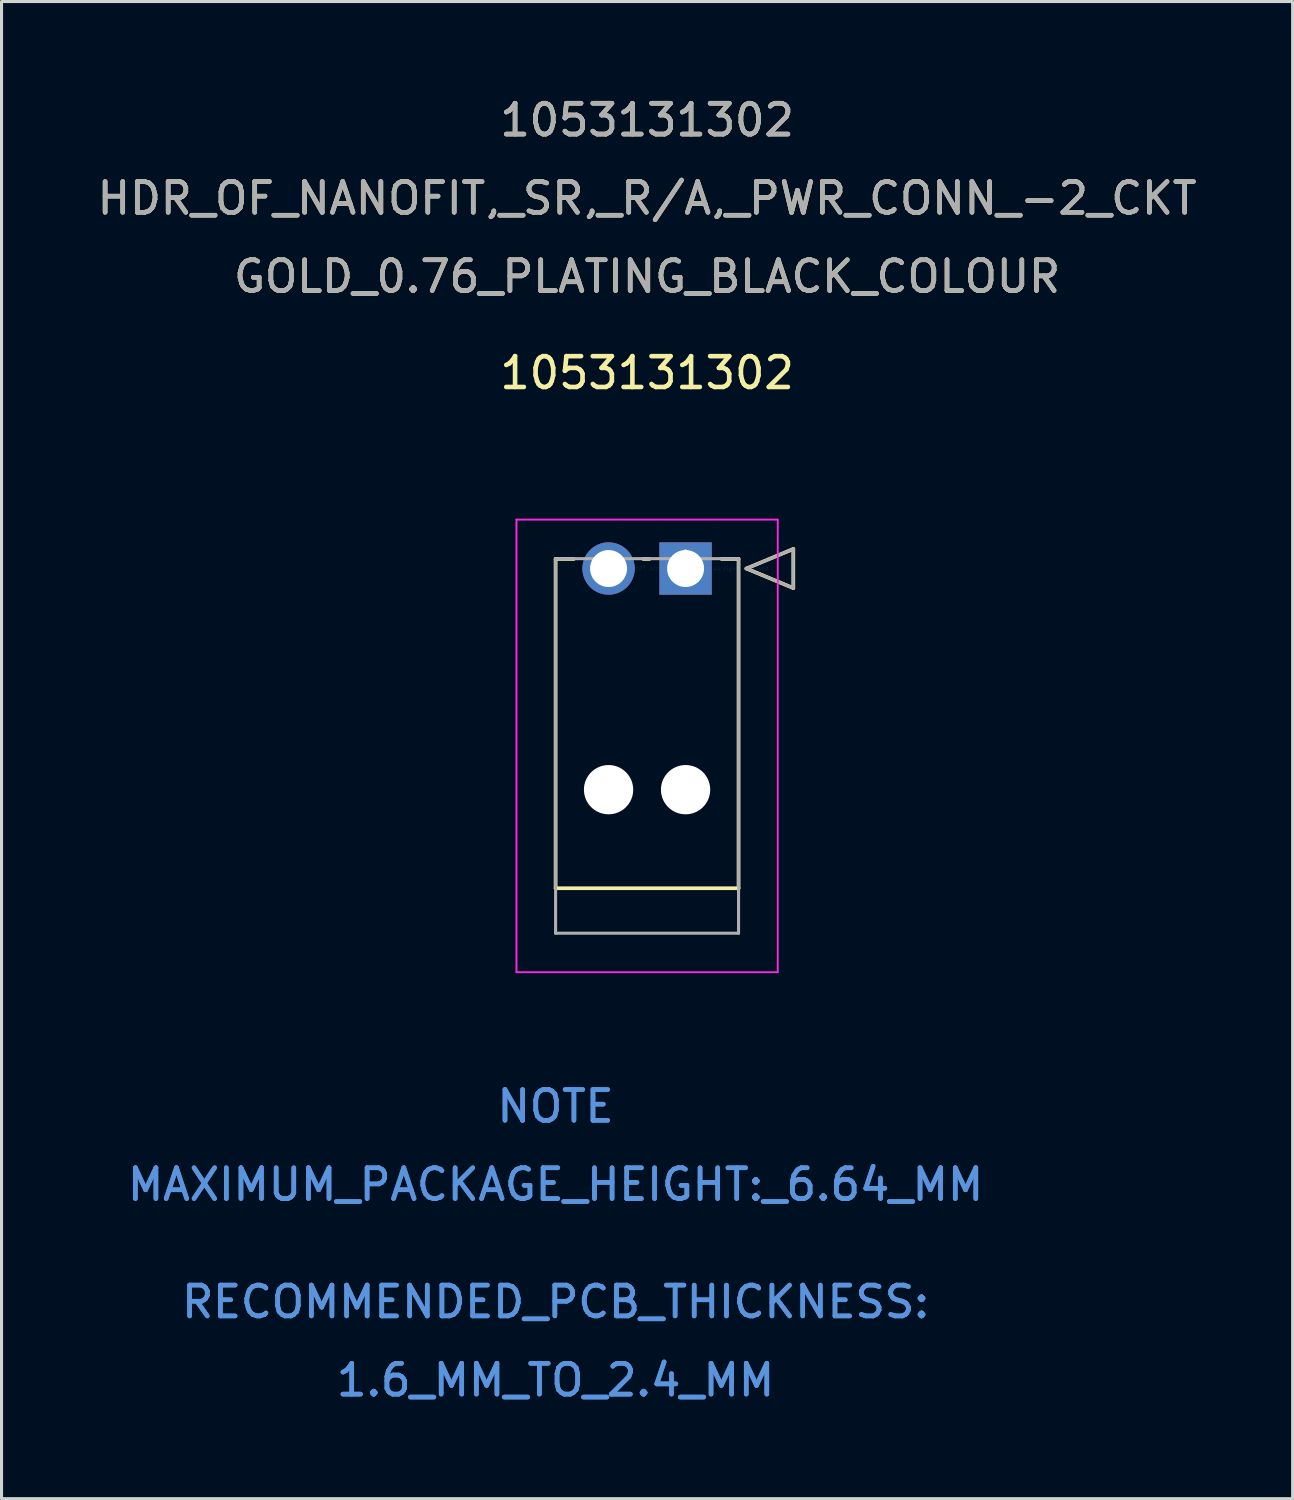
<source format=kicad_pcb>
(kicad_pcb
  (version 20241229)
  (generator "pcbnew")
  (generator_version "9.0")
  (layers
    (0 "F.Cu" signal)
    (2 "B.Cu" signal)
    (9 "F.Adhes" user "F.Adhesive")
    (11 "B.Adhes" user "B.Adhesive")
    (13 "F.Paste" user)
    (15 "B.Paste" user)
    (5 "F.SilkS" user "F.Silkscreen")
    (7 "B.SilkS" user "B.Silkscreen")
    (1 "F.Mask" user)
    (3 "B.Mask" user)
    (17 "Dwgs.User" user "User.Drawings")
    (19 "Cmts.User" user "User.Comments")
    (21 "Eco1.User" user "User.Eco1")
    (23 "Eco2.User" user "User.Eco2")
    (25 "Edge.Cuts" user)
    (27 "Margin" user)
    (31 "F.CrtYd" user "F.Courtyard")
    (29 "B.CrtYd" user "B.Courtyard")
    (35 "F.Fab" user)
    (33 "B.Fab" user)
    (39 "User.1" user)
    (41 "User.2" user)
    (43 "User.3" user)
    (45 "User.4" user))
  (footprint "1053131302"
    (layer "F.Cu")
    (at 19.208 15.408)
    (property "Reference" "1053131302" (at -1.25 -6.35 0) (layer "F.SilkS") (effects (font (size 1 1) (thickness 0.15))))
    (attr through_hole)
    (fp_line (start -4.22 -0.31) (end -4.22 10.38) (stroke (width 0.12) (type solid)) (layer "F.SilkS"))
    (fp_line (start -4.22 10.38) (end 1.72 10.38) (stroke (width 0.12) (type solid)) (layer "F.SilkS"))
    (fp_line (start -3.628 -0.31) (end -4.22 -0.31) (stroke (width 0.12) (type solid)) (layer "F.SilkS"))
    (fp_line (start -1.17 -0.31) (end -1.372 -0.31) (stroke (width 0.12) (type solid)) (layer "F.SilkS"))
    (fp_line (start 1.72 -0.31) (end 1.17 -0.31) (stroke (width 0.12) (type solid)) (layer "F.SilkS"))
    (fp_line (start 1.72 10.38) (end 1.72 -0.31) (stroke (width 0.12) (type solid)) (layer "F.SilkS"))
    (fp_line (start 1.974 0) (end 3.498 -0.635) (stroke (width 0.12) (type solid)) (layer "F.SilkS"))
    (fp_line (start 3.498 -0.635) (end 3.498 0.635) (stroke (width 0.12) (type solid)) (layer "F.SilkS"))
    (fp_line (start 3.498 0.635) (end 1.974 0) (stroke (width 0.12) (type solid)) (layer "F.SilkS"))
    (fp_line (start -5.49 -1.59) (end -5.49 13.11) (stroke (width 0.05) (type solid)) (layer "F.CrtYd"))
    (fp_line (start -5.49 -1.59) (end -5.49 13.11) (stroke (width 0.05) (type solid)) (layer "F.CrtYd"))
    (fp_line (start -5.49 13.11) (end 2.99 13.11) (stroke (width 0.05) (type solid)) (layer "F.CrtYd"))
    (fp_line (start -5.49 13.11) (end 2.99 13.11) (stroke (width 0.05) (type solid)) (layer "F.CrtYd"))
    (fp_line (start 2.99 -1.59) (end -5.49 -1.59) (stroke (width 0.05) (type solid)) (layer "F.CrtYd"))
    (fp_line (start 2.99 -1.59) (end -5.49 -1.59) (stroke (width 0.05) (type solid)) (layer "F.CrtYd"))
    (fp_line (start 2.99 13.11) (end 2.99 -1.59) (stroke (width 0.05) (type solid)) (layer "F.CrtYd"))
    (fp_line (start 2.99 13.11) (end 2.99 -1.59) (stroke (width 0.05) (type solid)) (layer "F.CrtYd"))
    (fp_line (start -4.22 -0.32) (end -4.22 11.84) (stroke (width 0.1) (type solid)) (layer "F.Fab"))
    (fp_line (start -4.22 11.84) (end 1.72 11.84) (stroke (width 0.1) (type solid)) (layer "F.Fab"))
    (fp_line (start 1.72 -0.32) (end -4.22 -0.32) (stroke (width 0.1) (type solid)) (layer "F.Fab"))
    (fp_line (start 1.72 11.84) (end 1.72 -0.32) (stroke (width 0.1) (type solid)) (layer "F.Fab"))
    (fp_line (start 1.974 0) (end 3.498 -0.635) (stroke (width 0.1) (type solid)) (layer "F.Fab"))
    (fp_line (start 3.498 -0.635) (end 3.498 0.635) (stroke (width 0.1) (type solid)) (layer "F.Fab"))
    (fp_line (start 3.498 0.635) (end 1.974 0) (stroke (width 0.1) (type solid)) (layer "F.Fab"))
    (fp_text user "HDR_OF_NANOFIT,_SR,_R/A,_PWR_CONN_-2_CKT" (at -1.25 -12.02 0) (layer "F.SilkS") (effects (font (size 1 1) (thickness 0.15))))
    (fp_text user "1053131302" (at -1.25 -14.56 0) (layer "F.SilkS") (effects (font (size 1 1) (thickness 0.15))))
    (fp_text user "GOLD_0.76_PLATING_BLACK_COLOUR" (at -1.25 -9.48 0) (layer "F.SilkS") (effects (font (size 1 1) (thickness 0.15))))
    (fp_text user "*" (at 0 0 0) (layer "F.SilkS") (effects (font (size 1 1) (thickness 0.15))))
    (fp_text user "MAXIMUM_PACKAGE_HEIGHT:_6.64_MM" (at -4.22 20 0) (layer "Cmts.User") (effects (font (size 1 1) (thickness 0.15))))
    (fp_text user "NOTE" (at -4.22 17.46 0) (layer "Cmts.User") (effects (font (size 1 1) (thickness 0.15))))
    (fp_text user "1.6_MM_TO_2.4_MM" (at -4.22 26.35 0) (layer "Cmts.User") (effects (font (size 1 1) (thickness 0.15))))
    (fp_text user "1.6_MM_TO_2.4_MM" (at -4.22 26.35 0) (layer "Cmts.User") (effects (font (size 1 1) (thickness 0.15))))
    (fp_text user "NOTE" (at -4.22 17.46 0) (layer "Cmts.User") (effects (font (size 1 1) (thickness 0.15))))
    (fp_text user "Copyright 2021 Accelerated Designs. All rights reserved." (at 0 0 0) (layer "Cmts.User") (effects (font (size 0.127 0.127) (thickness 0.002))))
    (fp_text user "MAXIMUM_PACKAGE_HEIGHT:_6.64_MM" (at -4.22 20 0) (layer "Cmts.User") (effects (font (size 1 1) (thickness 0.15))))
    (fp_text user "RECOMMENDED_PCB_THICKNESS:" (at -4.22 23.81 0) (layer "Cmts.User") (effects (font (size 1 1) (thickness 0.15))))
    (fp_text user "RECOMMENDED_PCB_THICKNESS:" (at -4.22 23.81 0) (layer "Cmts.User") (effects (font (size 1 1) (thickness 0.15))))
    (fp_text user "GOLD_0.76_PLATING_BLACK_COLOUR" (at -1.25 -9.48 0) (layer "F.Fab") (effects (font (size 1 1) (thickness 0.15))))
    (fp_text user "HDR_OF_NANOFIT,_SR,_R/A,_PWR_CONN_-2_CKT" (at -1.25 -12.02 0) (layer "F.Fab") (effects (font (size 1 1) (thickness 0.15))))
    (fp_text user "1053131302" (at -1.25 -14.56 0) (layer "F.Fab") (effects (font (size 1 1) (thickness 0.15))))
    (fp_text user "*" (at 0 0 0) (layer "F.Fab") (effects (font (size 1 1) (thickness 0.15))))
    (pad "" np_thru_hole circle (at -2.5 7.18) (size 1.6 1.6) (drill 1.6) (layers "*.Cu" "*.Mask"))
    (pad "" np_thru_hole circle (at 0 7.18) (size 1.6 1.6) (drill 1.6) (layers "*.Cu" "*.Mask"))
    (pad "1" thru_hole rect (at 0 0) (size 1.7 1.7) (drill 1.2) (layers "*.Cu" "*.Mask"))
    (pad "2" thru_hole circle (at -2.5 0) (size 1.7 1.7) (drill 1.2) (layers "*.Cu" "*.Mask")))
  (gr_rect
    (start -3 -3)
    (end 38.917 45.607)
    (stroke (width 0.1) (type default))
    (fill no)
    (layer "Edge.Cuts")))
</source>
